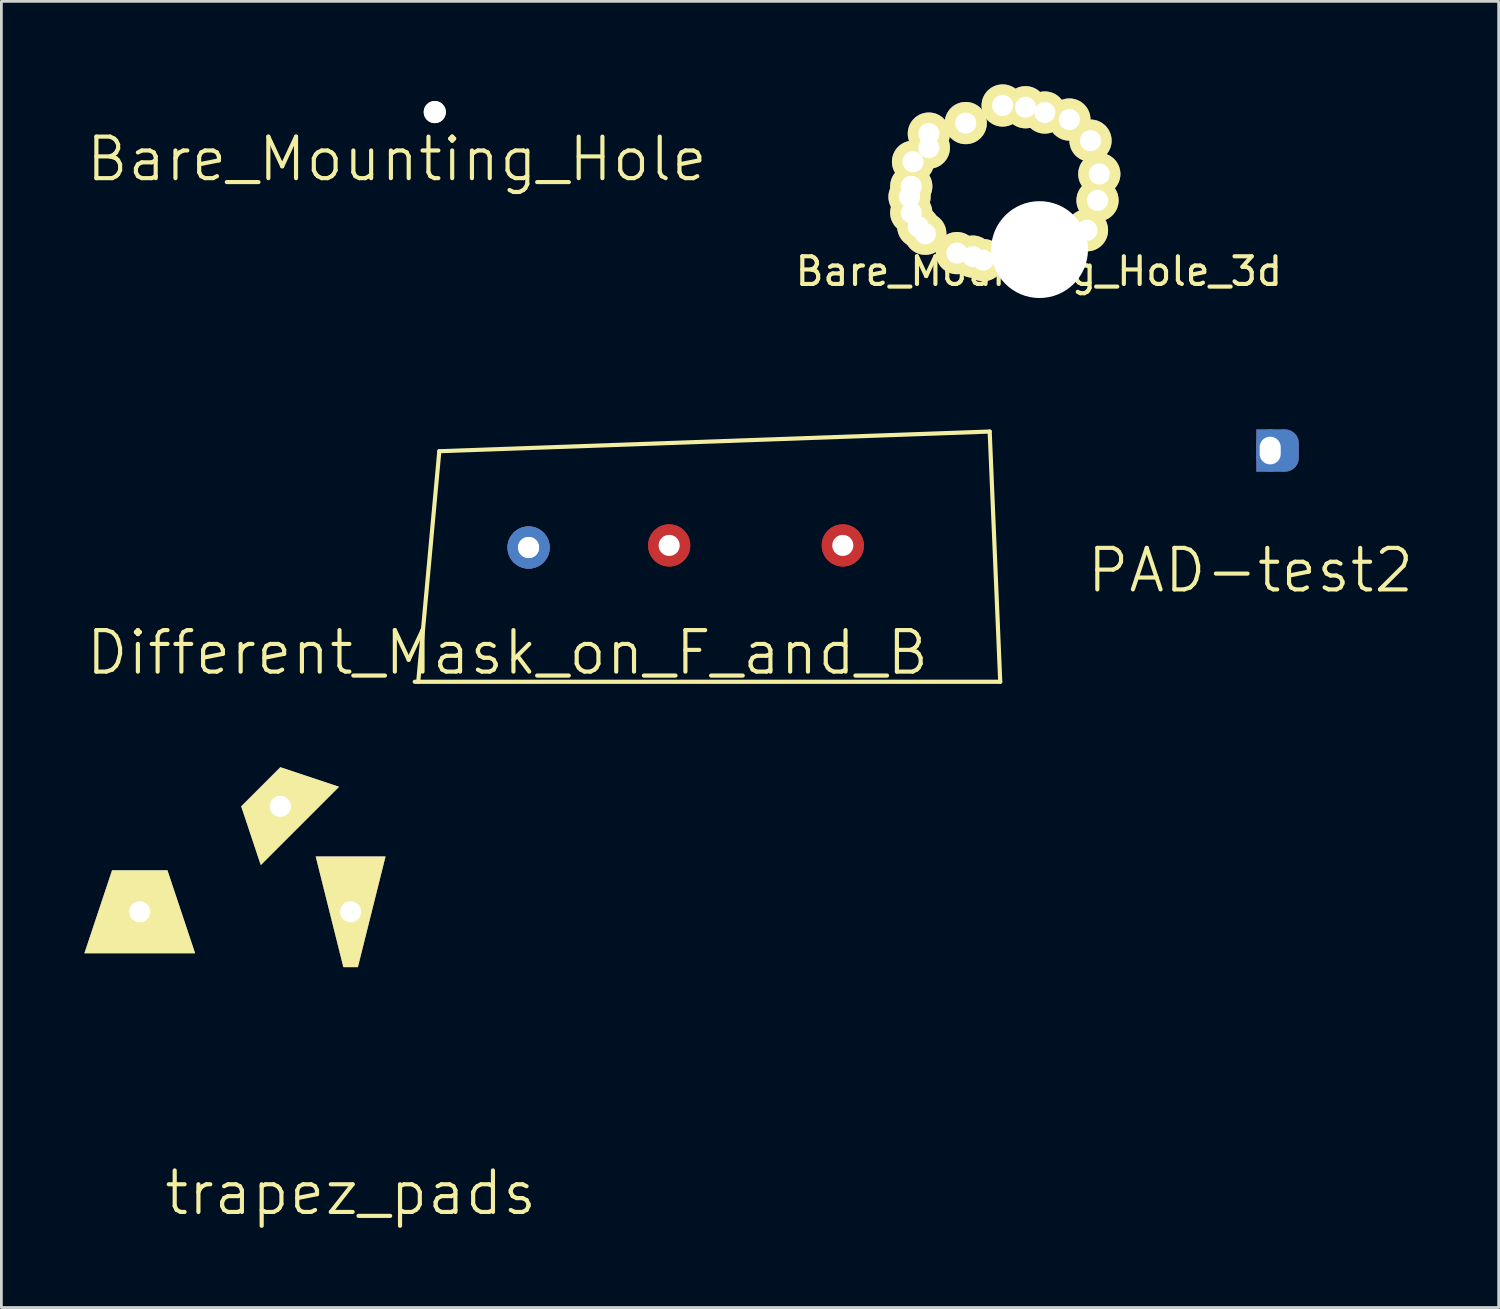
<source format=kicad_pcb>
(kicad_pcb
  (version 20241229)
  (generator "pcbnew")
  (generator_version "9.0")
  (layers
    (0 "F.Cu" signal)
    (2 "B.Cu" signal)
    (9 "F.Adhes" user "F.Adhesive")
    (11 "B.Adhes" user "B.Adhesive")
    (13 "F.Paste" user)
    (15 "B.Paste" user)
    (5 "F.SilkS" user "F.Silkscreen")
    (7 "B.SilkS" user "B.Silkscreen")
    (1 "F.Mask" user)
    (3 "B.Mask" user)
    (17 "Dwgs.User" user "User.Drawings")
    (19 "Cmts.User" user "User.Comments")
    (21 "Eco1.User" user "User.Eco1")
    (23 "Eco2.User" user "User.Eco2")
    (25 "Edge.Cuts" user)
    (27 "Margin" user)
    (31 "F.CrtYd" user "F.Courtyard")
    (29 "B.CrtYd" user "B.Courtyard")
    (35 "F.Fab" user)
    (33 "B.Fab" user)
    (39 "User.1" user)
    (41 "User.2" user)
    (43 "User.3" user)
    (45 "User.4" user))
  (footprint "PAD-test2"
    (layer "F.Cu")
    (at 42.138 16.812)
    (property "Reference" "PAD-test2" (at 0 0.75 0) (layer "F.SilkS") (effects (font (size 1.5 1.5) (thickness 0.15))))
    (attr through_hole)
    (pad "2" smd rect (at 0.711 -3.581) (size 1 1.524) (layers "F.Cu" "F.Mask" "F.Paste"))
    (pad "2" smd rect (at 0.711 -3.581) (size 1 1.524) (layers "F.Mask" "B.Cu" "F.Paste"))
    (pad "2" thru_hole oval (at 0.711 -3.581) (size 1 1.524) (drill oval 0.762 1) (layers "*.Cu" "*.Mask"))
    (pad "2" smd oval (at 1.245 -3.581) (size 1 1.524) (layers "F.Cu" "F.Mask" "F.Paste"))
    (pad "2" smd oval (at 1.245 -3.581) (size 1 1.524) (layers "F.Mask" "B.Cu" "F.Paste")))
  (footprint "Bare_Mounting_Hole_3d"
    (layer "F.Cu")
    (at 34.515 5.969)
    (property "Reference" "Bare_Mounting_Hole_3d" (at -0.025 0.787 0) (layer "F.SilkS") (effects (font (size 1 1) (thickness 0.15))))
    (attr through_hole)
    (pad "" np_thru_hole circle (at 0 0) (size 3.5 3.5) (drill 3.5) (layers "*.Cu" "*.Mask"))
    (pad "" smd circle (at 0 0) (size 7 7) (layers "*.Mask"))
    (pad "2" thru_hole circle (at 1.714 -0.699) (size 1.524 1.524) (drill 0.762) (layers "*.Cu" "*.Mask" "F.SilkS"))
    (pad "3" thru_hole circle (at 2.095 -1.778) (size 1.524 1.524) (drill 0.762) (layers "*.Cu" "*.Mask" "F.SilkS"))
    (pad "4" thru_hole circle (at 2.159 -2.731) (size 1.524 1.524) (drill 0.762) (layers "*.Cu" "*.Mask" "F.SilkS"))
    (pad "5" thru_hole circle (at 1.841 -3.937) (size 1.524 1.524) (drill 0.762) (layers "*.Cu" "*.Mask" "F.SilkS"))
    (pad "6" thru_hole circle (at -1.333 -5.207) (size 1.524 1.524) (drill 0.762) (layers "*.Cu" "*.Mask" "F.SilkS"))
    (pad "7" thru_hole circle (at 1.079 -4.699) (size 1.524 1.524) (drill 0.762) (layers "*.Cu" "*.Mask" "F.SilkS"))
    (pad "8" thru_hole circle (at 0.191 -4.953) (size 1.524 1.524) (drill 0.762) (layers "*.Cu" "*.Mask" "F.SilkS"))
    (pad "9" thru_hole circle (at -0.508 -5.144) (size 1.524 1.524) (drill 0.762) (layers "*.Cu" "*.Mask" "F.SilkS"))
    (pad "10" thru_hole circle (at -4 -4.191) (size 1.524 1.524) (drill 0.762) (layers "*.Cu" "*.Mask" "F.SilkS"))
    (pad "11" thru_hole circle (at -2.667 -4.572) (size 1.524 1.524) (drill 0.762) (layers "*.Cu" "*.Mask" "F.SilkS"))
    (pad "12" thru_hole circle (at -4 -3.683) (size 1.524 1.524) (drill 0.762) (layers "*.Cu" "*.Mask" "F.SilkS"))
    (pad "13" thru_hole circle (at -4.572 -3.175) (size 1.524 1.524) (drill 0.762) (layers "*.Cu" "*.Mask" "F.SilkS"))
    (pad "14" thru_hole circle (at -4.636 -2.286) (size 1.524 1.524) (drill 0.762) (layers "*.Cu" "*.Mask" "F.SilkS"))
    (pad "15" thru_hole circle (at -4.699 -1.905) (size 1.524 1.524) (drill 0.762) (layers "*.Cu" "*.Mask" "F.SilkS"))
    (pad "16" thru_hole circle (at -4.636 -1.333) (size 1.524 1.524) (drill 0.762) (layers "*.Cu" "*.Mask" "F.SilkS"))
    (pad "17" thru_hole circle (at -4.381 -0.826) (size 1.524 1.524) (drill 0.762) (layers "*.Cu" "*.Mask" "F.SilkS"))
    (pad "18" thru_hole circle (at -4.128 -0.572) (size 1.524 1.524) (drill 0.762) (layers "*.Cu" "*.Mask" "F.SilkS"))
    (pad "19" thru_hole circle (at -2.985 0.127) (size 1.524 1.524) (drill 0.762) (layers "*.Cu" "*.Mask" "F.SilkS"))
    (pad "20" thru_hole circle (at -2.413 0.254) (size 1.524 1.524) (drill 0.762) (layers "*.Cu" "*.Mask" "F.SilkS"))
    (pad "21" thru_hole circle (at -2.032 0.381) (size 1.524 1.524) (drill 0.762) (layers "*.Cu" "*.Mask" "F.SilkS")))
  (footprint "Different_Mask_on_F_and_B"
    (layer "F.Cu")
    (at 15.289 19.783)
    (property "Reference" "Different_Mask_on_F_and_B" (at 0 0.75 0) (layer "F.SilkS") (effects (font (size 1.5 1.5) (thickness 0.15))))
    (attr through_hole)
    (fp_line (start -3.353 1.803) (end 17.805 1.803) (stroke (width 0.15) (type solid)) (layer "F.SilkS"))
    (fp_line (start -2.464 -6.528) (end -3.226 1.803) (stroke (width 0.15) (type solid)) (layer "F.SilkS"))
    (fp_line (start 17.424 -7.239) (end -2.464 -6.528) (stroke (width 0.15) (type solid)) (layer "F.SilkS"))
    (fp_line (start 17.805 1.803) (end 17.424 -7.239) (stroke (width 0.15) (type solid)) (layer "F.SilkS"))
    (pad "" connect circle (at 5.842 -3.124) (size 1.524 1.524) (layers "F.Cu" "F.Mask"))
    (pad "" np_thru_hole circle (at 5.842 -3.124) (size 1.524 1.524) (drill 0.762) (layers "F.Cu" "B.Mask"))
    (pad "" np_thru_hole circle (at 12.116 -3.124) (size 1.524 1.524) (drill 0.762) (layers "F.Cu" "B.Mask"))
    (pad "1" thru_hole circle (at 0.762 -3.048) (size 1.524 1.524) (drill 0.762) (layers "*.Cu" "*.Mask"))
    (pad "1" thru_hole circle (at 0.762 -3.048) (size 1.524 1.524) (drill 0.762) (layers "*.Cu" "F.Mask"))
    (pad "3" connect circle (at 12.116 -3.124) (size 1.524 1.524) (layers "F.Cu" "F.Mask")))
  (footprint "Bare_Mounting_Hole"
    (layer "F.Cu")
    (at 11.315 1.914)
    (property "Reference" "Bare_Mounting_Hole" (at -0.025 0.787 0) (layer "F.SilkS") (effects (font (size 1.5 1.5) (thickness 0.15))))
    (attr through_hole)
    (pad "" np_thru_hole circle (at 1.346 -0.914) (size 0.8 0.8) (drill 0.8) (layers "*.Cu" "*.Mask" "F.SilkS"))
    (pad "" smd circle (at 1.346 -0.914) (size 2 2) (layers "*.Mask" "F.Paste")))
  (footprint "trapez_pads"
    (layer "F.Cu")
    (at 9.62 33.708)
    (property "Reference" "trapez_pads" (at 0 6.35 0) (layer "F.SilkS") (effects (font (size 1.5 1.5) (thickness 0.15))))
    (attr through_hole)
    (pad "1" thru_hole trapezoid (at -7.62 -3.81) (size 3 3) (rect_delta 0 1) (drill 0.762) (layers "*.Cu" "*.Mask" "F.SilkS"))
    (pad "2" thru_hole trapezoid (at -2.54 -7.62 45) (size 3 2) (rect_delta 0 1) (drill 0.762) (layers "*.Cu" "*.Mask" "F.SilkS"))
    (pad "3" thru_hole trapezoid (at 0 -3.81) (size 1.524 4) (rect_delta 0 -1) (drill 0.762) (layers "*.Cu" "*.Mask" "F.SilkS")))
  (gr_rect
    (start -3 -3)
    (end 51.105 44.199)
    (stroke (width 0.1) (type default))
    (fill no)
    (layer "Edge.Cuts")))
</source>
